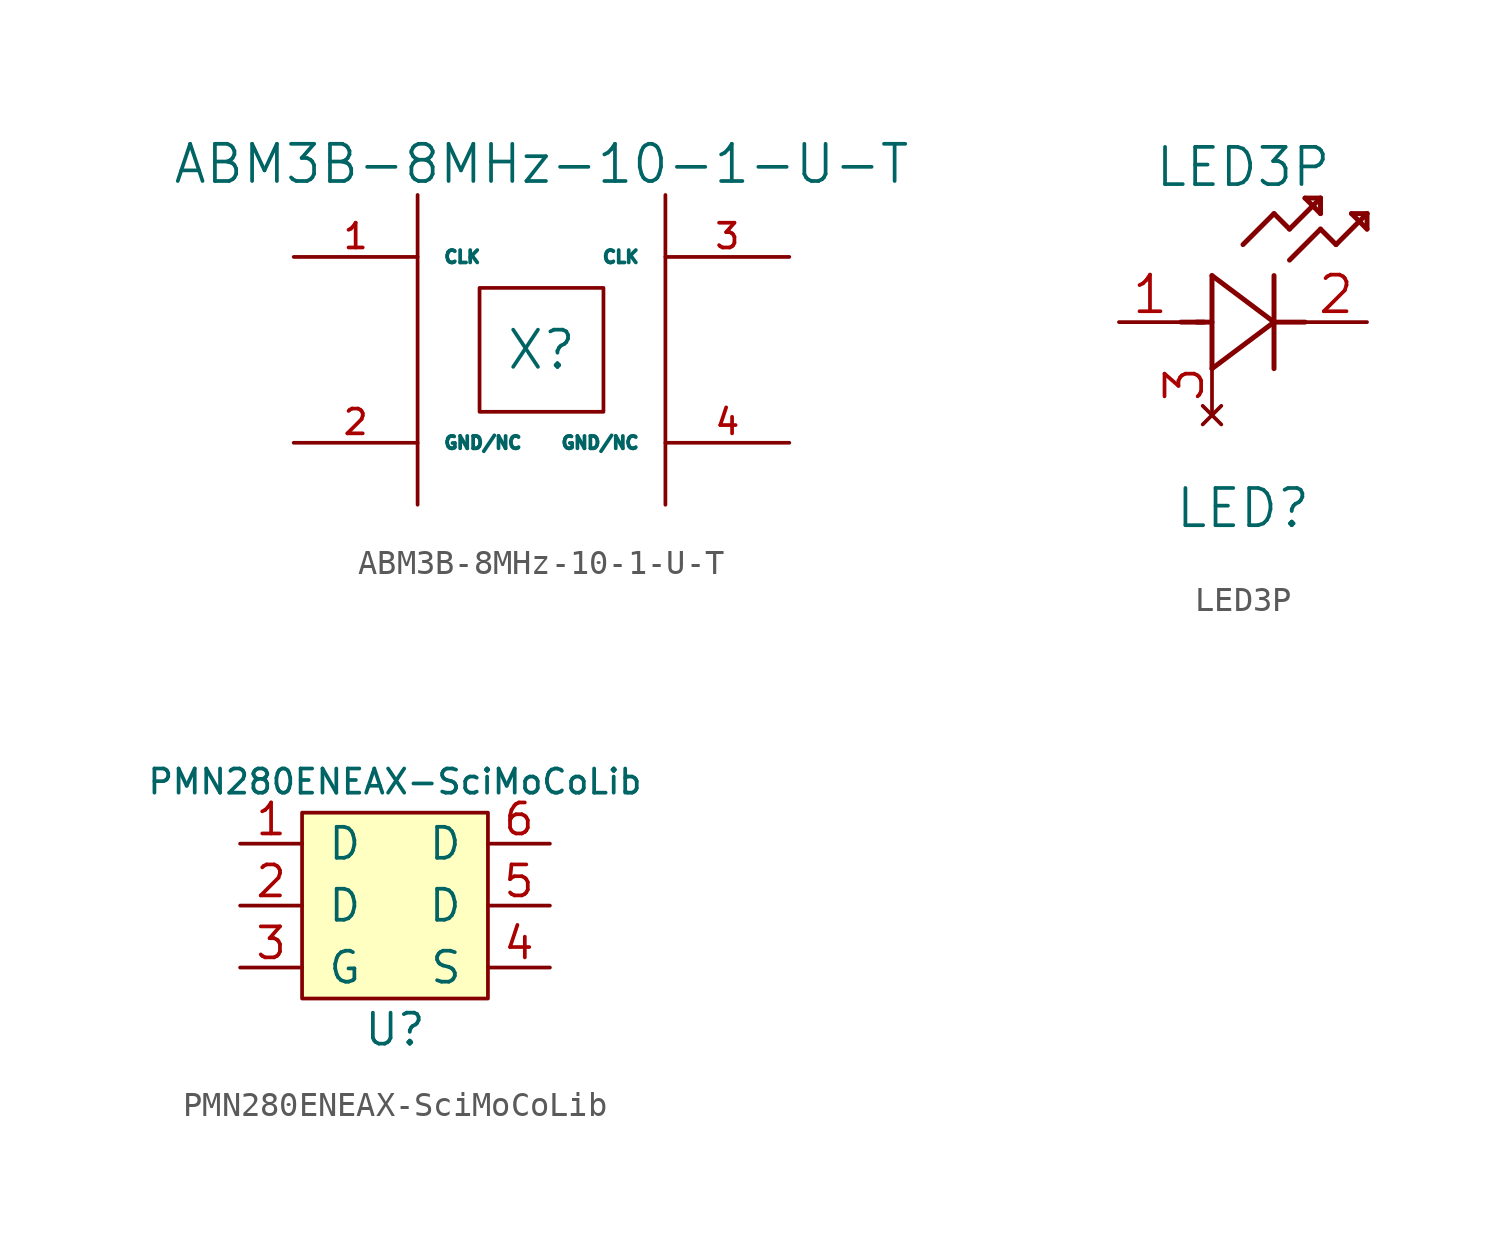
<source format=kicad_sym>
(kicad_symbol_lib
  (version 20211014)
  (generator kicad_symbol_editor)
  (symbol "ABM3B-8MHz-10-1-U-T"
    (pin_names
      (offset 1.016))
    (property "Reference" "X"
      (at 0 0 0)
      (effects (font (size 1.524 1.524))))
    (property "Value" "ABM3B-8MHz-10-1-U-T"
      (at 0 7.62 0)
      (effects (font (size 1.524 1.524))))
    (property "Footprint" ""
      (at 0 0 0)
      (effects (font (size 1.524 1.524))))
    (property "Datasheet" ""
      (at 0 0 0)
      (effects (font (size 1.524 1.524))))
    (symbol "ABM3B-8MHz-10-1-U-T_0_1"
      (rectangle (start -2.54 2.54) (end 2.54 -2.54) (stroke (width 0) (type default) (color 0 0 0 0)) (fill (type none)))
      (polyline (pts (xy 5.08 6.35) (xy 5.08 -6.35)) (stroke (width 0) (type default) (color 0 0 0 0)) (fill (type none)))
      (polyline (pts (xy -5.08 6.35) (xy -5.08 -5.08) (xy -5.08 -6.35)) (stroke (width 0) (type default) (color 0 0 0 0)) (fill (type none))))
    (symbol "ABM3B-8MHz-10-1-U-T_1_1"
      (pin passive line (at -10.16 3.81 0) (length 5.08) (name "CLK" (effects (font (size 0.508 0.508)))) (number "1" (effects (font (size 1.016 1.016)))))
      (pin passive line (at -10.16 -3.81 0) (length 5.08) (name "GND/NC" (effects (font (size 0.508 0.508)))) (number "2" (effects (font (size 1.016 1.016)))))
      (pin passive line (at 10.16 3.81 180) (length 5.08) (name "CLK" (effects (font (size 0.508 0.508)))) (number "3" (effects (font (size 1.016 1.016)))))
      (pin passive line (at 10.16 -3.81 180) (length 5.08) (name "GND/NC" (effects (font (size 0.508 0.508)))) (number "4" (effects (font (size 1.016 1.016)))))))
  (symbol "LED3P"
    (pin_names hide)
    (property "Reference" "LED"
      (at 5.08 -7.62 0)
      (effects (font (size 1.524 1.524))))
    (property "Value" "LED3P"
      (at 5.08 6.35 0)
      (effects (font (size 1.524 1.524))))
    (property "Datasheet" ""
      (at 0 0 0)
      (effects (font (size 1.524 1.524))))
    (symbol "LED3P_1_0"
      (polyline (pts (xy 2.54 0) (xy 3.48 0)) (stroke (width 0.203) (type default) (color 0 0 0 0)) (fill (type none)))
      (polyline (pts (xy 3.175 0) (xy 3.81 0)) (stroke (width 0.203) (type default) (color 0 0 0 0)) (fill (type none)))
      (polyline (pts (xy 3.81 -1.905) (xy 6.35 0)) (stroke (width 0.203) (type default) (color 0 0 0 0)) (fill (type none)))
      (polyline (pts (xy 3.81 1.905) (xy 3.81 -1.905)) (stroke (width 0.203) (type default) (color 0 0 0 0)) (fill (type none)))
      (polyline (pts (xy 5.08 3.175) (xy 6.35 4.445)) (stroke (width 0.203) (type default) (color 0 0 0 0)) (fill (type none)))
      (polyline (pts (xy 6.35 -1.905) (xy 6.35 1.905)) (stroke (width 0.203) (type default) (color 0 0 0 0)) (fill (type none)))
      (polyline (pts (xy 6.35 0) (xy 3.81 1.905)) (stroke (width 0.203) (type default) (color 0 0 0 0)) (fill (type none)))
      (polyline (pts (xy 6.35 0) (xy 7.62 0)) (stroke (width 0.203) (type default) (color 0 0 0 0)) (fill (type none)))
      (polyline (pts (xy 6.35 4.445) (xy 6.985 3.81)) (stroke (width 0.203) (type default) (color 0 0 0 0)) (fill (type none)))
      (polyline (pts (xy 6.985 2.54) (xy 8.255 3.81)) (stroke (width 0.203) (type default) (color 0 0 0 0)) (fill (type none)))
      (polyline (pts (xy 6.985 3.81) (xy 8.255 5.08)) (stroke (width 0.203) (type default) (color 0 0 0 0)) (fill (type none)))
      (polyline (pts (xy 7.62 5.08) (xy 8.255 4.445)) (stroke (width 0.203) (type default) (color 0 0 0 0)) (fill (type none)))
      (polyline (pts (xy 8.255 3.81) (xy 8.89 3.175)) (stroke (width 0.203) (type default) (color 0 0 0 0)) (fill (type none)))
      (polyline (pts (xy 8.255 4.445) (xy 8.255 5.08)) (stroke (width 0.203) (type default) (color 0 0 0 0)) (fill (type none)))
      (polyline (pts (xy 8.255 5.08) (xy 7.62 5.08)) (stroke (width 0.203) (type default) (color 0 0 0 0)) (fill (type none)))
      (polyline (pts (xy 8.89 3.175) (xy 10.16 4.445)) (stroke (width 0.203) (type default) (color 0 0 0 0)) (fill (type none)))
      (polyline (pts (xy 9.525 4.445) (xy 10.16 3.81)) (stroke (width 0.203) (type default) (color 0 0 0 0)) (fill (type none)))
      (polyline (pts (xy 10.16 3.81) (xy 10.16 4.445)) (stroke (width 0.203) (type default) (color 0 0 0 0)) (fill (type none)))
      (polyline (pts (xy 10.16 4.445) (xy 9.525 4.445)) (stroke (width 0.203) (type default) (color 0 0 0 0)) (fill (type none)))
      (pin unspecified line (at 0 0 0) (length 2.54) (name "Anode" (effects (font (size 1.499 1.499)))) (number "1" (effects (font (size 1.499 1.499)))))
      (pin unspecified line (at 10.16 0 180) (length 2.54) (name "Cathode" (effects (font (size 1.499 1.499)))) (number "2" (effects (font (size 1.499 1.499)))))
      (pin no_connect line (at 3.81 -3.81 90) (length 2.54) (name "Heat_Dissipation" (effects (font (size 1.499 1.499)))) (number "3" (effects (font (size 1.499 1.499)))))))
  (symbol "PMN280ENEAX-SciMoCoLib"
    (pin_names
      (offset 1.016))
    (property "Reference" "U"
      (at 0 -5.08 0)
      (effects (font (size 1.27 1.27))))
    (property "Value" "PMN280ENEAX-SciMoCoLib"
      (at 0 5.08 0)
      (effects (font (size 0.991 0.991))))
    (symbol "PMN280ENEAX-SciMoCoLib_0_1"
      (rectangle (start 3.81 3.81) (end -3.81 -3.81) (stroke (width 0) (type default) (color 0 0 0 0)) (fill (type background))))
    (symbol "PMN280ENEAX-SciMoCoLib_1_1"
      (pin input line (at -6.35 2.54 0) (length 2.54) (name "D" (effects (font (size 1.27 1.27)))) (number "1" (effects (font (size 1.27 1.27)))))
      (pin input line (at -6.35 0 0) (length 2.54) (name "D" (effects (font (size 1.27 1.27)))) (number "2" (effects (font (size 1.27 1.27)))))
      (pin input line (at -6.35 -2.54 0) (length 2.54) (name "G" (effects (font (size 1.27 1.27)))) (number "3" (effects (font (size 1.27 1.27)))))
      (pin input line (at 6.35 -2.54 180) (length 2.54) (name "S" (effects (font (size 1.27 1.27)))) (number "4" (effects (font (size 1.27 1.27)))))
      (pin input line (at 6.35 0 180) (length 2.54) (name "D" (effects (font (size 1.27 1.27)))) (number "5" (effects (font (size 1.27 1.27)))))
      (pin input line (at 6.35 2.54 180) (length 2.54) (name "D" (effects (font (size 1.27 1.27)))) (number "6" (effects (font (size 1.27 1.27))))))))
</source>
